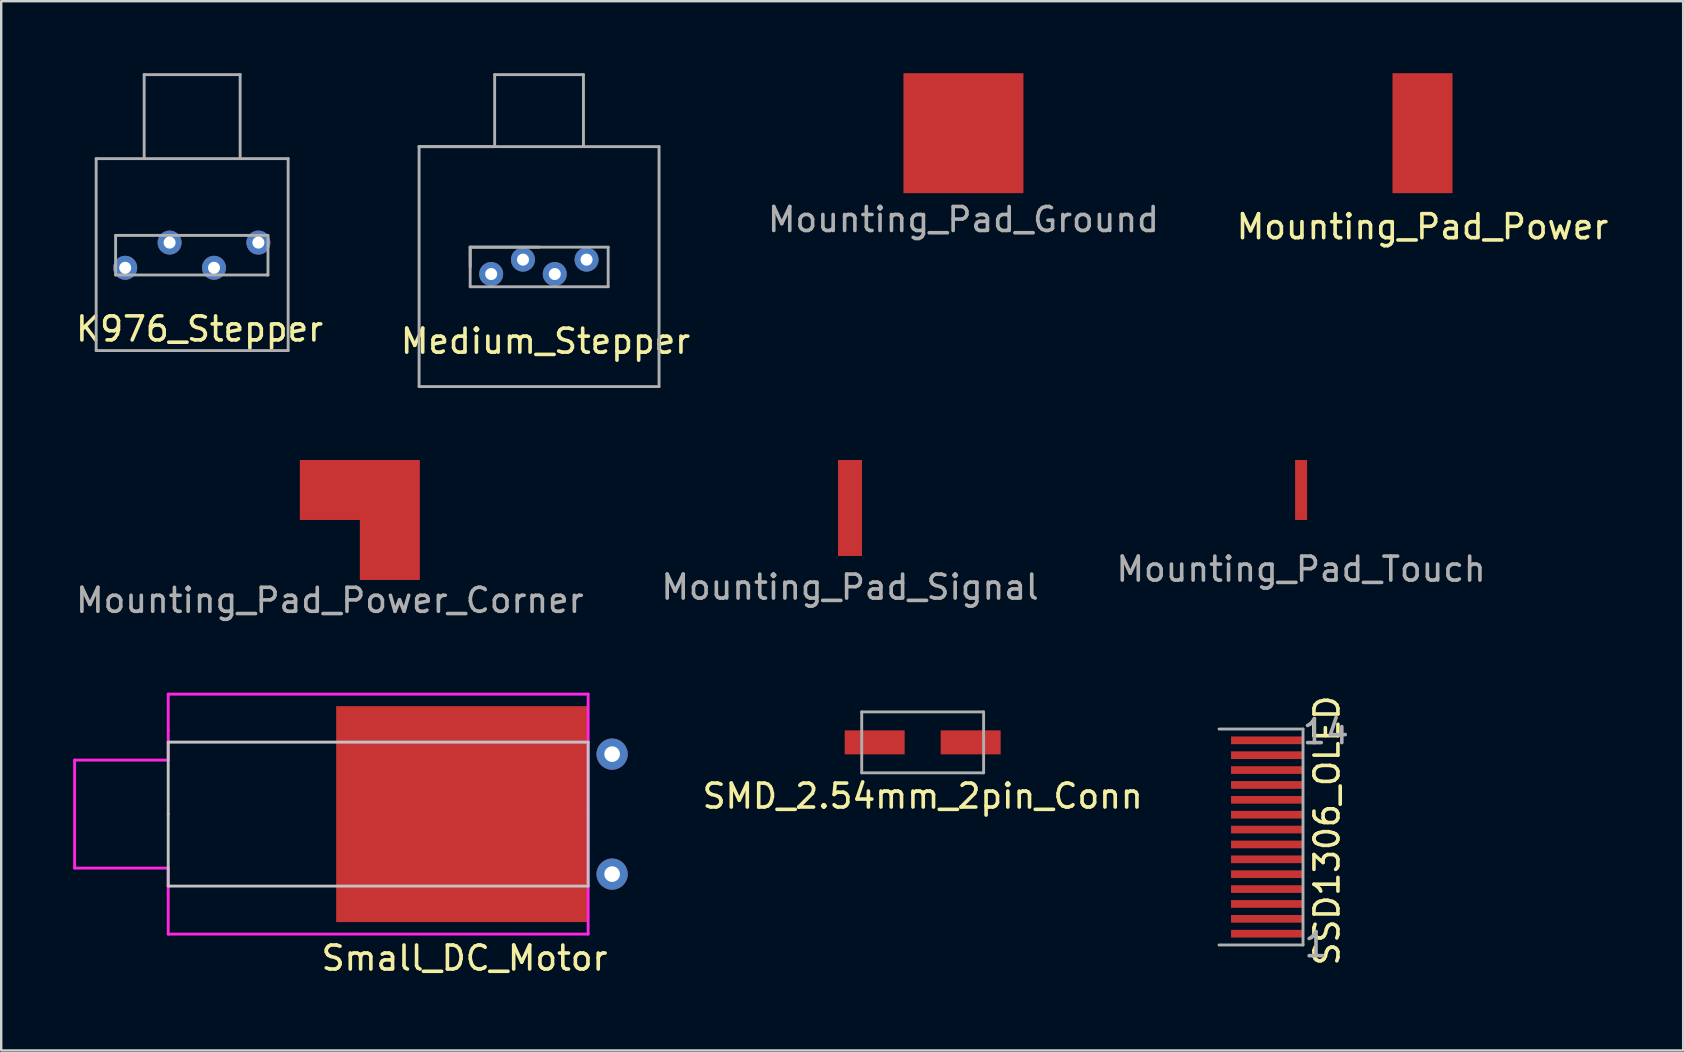
<source format=kicad_pcb>
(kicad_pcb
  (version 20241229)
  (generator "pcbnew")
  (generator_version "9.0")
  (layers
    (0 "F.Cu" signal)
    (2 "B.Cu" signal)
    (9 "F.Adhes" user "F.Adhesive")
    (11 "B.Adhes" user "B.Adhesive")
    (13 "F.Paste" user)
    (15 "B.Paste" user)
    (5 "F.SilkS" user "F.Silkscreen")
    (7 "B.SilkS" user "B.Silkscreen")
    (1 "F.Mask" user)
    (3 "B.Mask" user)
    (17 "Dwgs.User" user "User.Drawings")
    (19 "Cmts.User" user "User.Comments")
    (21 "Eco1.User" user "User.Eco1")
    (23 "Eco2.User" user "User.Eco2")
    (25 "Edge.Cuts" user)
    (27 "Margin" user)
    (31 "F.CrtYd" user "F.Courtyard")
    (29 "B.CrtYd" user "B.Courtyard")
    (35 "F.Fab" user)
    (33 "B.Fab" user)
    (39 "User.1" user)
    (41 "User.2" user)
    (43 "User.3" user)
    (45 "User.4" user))
  (footprint "SMD_2.54mm_2pin_Conn"
    (layer "F.Cu")
    (at 35.402 26.068)
    (property "Reference" "SMD_2.54mm_2pin_Conn" (at 0 4.06 0) (layer "F.SilkS") (effects (font (size 1 1) (thickness 0.15))))
    (attr through_hole)
    (fp_line (start -2.54 0.55) (end 2.54 0.55) (stroke (width 0.12) (type solid)) (layer "F.Fab"))
    (fp_line (start -2.54 3.09) (end -2.54 0.55) (stroke (width 0.12) (type solid)) (layer "F.Fab"))
    (fp_line (start 2.54 0.55) (end 2.54 3.09) (stroke (width 0.12) (type solid)) (layer "F.Fab"))
    (fp_line (start 2.54 3.09) (end -2.54 3.09) (stroke (width 0.12) (type solid)) (layer "F.Fab"))
    (pad "1" smd rect (at -2 1.82) (size 2.5 1) (layers "F.Cu" "F.Mask" "F.Paste"))
    (pad "2" smd rect (at 2 1.82) (size 2.5 1) (layers "F.Cu" "F.Mask" "F.Paste")))
  (footprint "Mounting_Pad_Power"
    (layer "F.Cu")
    (at 56.232 2.5)
    (property "Reference" "Mounting_Pad_Power" (at 0 3.9 0) (layer "F.SilkS") (effects (font (size 1 1) (thickness 0.15))))
    (attr through_hole)
    (pad "1" smd rect (at 0 0) (size 2.5 5) (layers "F.Cu" "F.Mask" "F.Paste")))
  (footprint "Mounting_Pad_Power_Corner"
    (layer "F.Cu")
    (at 10.696 17.37)
    (property "Reference" "Mounting_Pad_Power_Corner" (at 0 4.6 0) (layer "F.Fab") (effects (font (size 1 1) (thickness 0.15))))
    (attr through_hole)
    (pad "1" smd custom (at 0 0) (size 2.5 2.5) (layers "F.Cu" "F.Mask" "F.Paste") (options (anchor rect)) (primitives (gr_poly (pts (xy 1.25 -1.25) (xy 3.75 -1.25) (xy 3.75 3.75) (xy 1.25 3.75) (xy 1.25 1.25) (xy -1.25 1.25) (xy -1.25 -1.25) (xy 1.244 -1.25)) (width 0) (fill yes)))))
  (footprint "Mounting_Pad_Touch"
    (layer "F.Cu")
    (at 51.173 17.37)
    (property "Reference" "Mounting_Pad_Touch" (at 0 3.3 0) (layer "F.Fab") (effects (font (size 1 1) (thickness 0.15))))
    (attr through_hole)
    (pad "1" smd rect (at 0 0) (size 0.5 2.5) (layers "F.Cu" "F.Mask" "F.Paste")))
  (footprint "Medium_Stepper"
    (layer "F.Cu")
    (at 19.415 8.06)
    (property "Reference" "Medium_Stepper" (at 0.27 3.11 0) (layer "F.SilkS") (effects (font (size 1 1) (thickness 0.15))))
    (attr through_hole)
    (fp_line (start -5 -5) (end -1.85 -5) (stroke (width 0.12) (type solid)) (layer "F.Fab"))
    (fp_line (start -5 -5) (end 5 -5) (stroke (width 0.12) (type solid)) (layer "F.Fab"))
    (fp_line (start -5 5) (end -5 -5) (stroke (width 0.12) (type solid)) (layer "F.Fab"))
    (fp_line (start -2.87 -0.81) (end -2.87 0.01) (stroke (width 0.12) (type solid)) (layer "F.Fab"))
    (fp_line (start -2.87 -0.81) (end 0 -0.81) (stroke (width 0.12) (type solid)) (layer "F.Fab"))
    (fp_line (start -2.87 -0.81) (end 2.88 -0.81) (stroke (width 0.12) (type solid)) (layer "F.Fab"))
    (fp_line (start -2.87 0.84) (end -2.87 -0.81) (stroke (width 0.12) (type solid)) (layer "F.Fab"))
    (fp_line (start -1.85 -8) (end 1.85 -8) (stroke (width 0.12) (type solid)) (layer "F.Fab"))
    (fp_line (start -1.85 -5) (end -1.85 -8) (stroke (width 0.12) (type solid)) (layer "F.Fab"))
    (fp_line (start 1.85 -8) (end 1.85 -5) (stroke (width 0.12) (type solid)) (layer "F.Fab"))
    (fp_line (start 2.88 0.84) (end -2.87 0.84) (stroke (width 0.12) (type solid)) (layer "F.Fab"))
    (fp_line (start 2.88 0.84) (end 2.88 -0.81) (stroke (width 0.12) (type solid)) (layer "F.Fab"))
    (fp_line (start 5 -5) (end 5 5) (stroke (width 0.12) (type solid)) (layer "F.Fab"))
    (fp_line (start 5 5) (end -5 5) (stroke (width 0.12) (type solid)) (layer "F.Fab"))
    (pad "1" thru_hole circle (at -0.67 -0.29) (size 1 1) (drill 0.5) (layers "*.Cu" "*.Mask"))
    (pad "2" thru_hole circle (at 1.98 -0.29) (size 1 1) (drill 0.5) (layers "*.Cu" "*.Mask"))
    (pad "3" thru_hole circle (at -1.995 0.31) (size 1 1) (drill 0.5) (layers "*.Cu" "*.Mask"))
    (pad "4" thru_hole circle (at 0.655 0.31) (size 1 1) (drill 0.5) (layers "*.Cu" "*.Mask")))
  (footprint "SSD1306_OLED"
    (layer "F.Cu")
    (at 49.753 35.862)
    (property "Reference" "SSD1306_OLED" (at 2.5 -4.3 90) (layer "F.SilkS") (effects (font (size 1 1) (thickness 0.15))))
    (attr through_hole)
    (fp_line (start 1.5 -8.53) (end -2 -8.53) (stroke (width 0.12) (type solid)) (layer "F.Fab"))
    (fp_line (start 1.5 -8.53) (end 1.5 0.47) (stroke (width 0.12) (type solid)) (layer "F.Fab"))
    (fp_line (start 1.5 0.47) (end -2 0.47) (stroke (width 0.12) (type solid)) (layer "F.Fab"))
    (fp_text user "1" (at 2.04 0.46 0) (layer "F.Fab") (effects (font (size 1 1) (thickness 0.15))))
    (fp_text user "14" (at 2.45 -8.42 0) (layer "F.Fab") (effects (font (size 1 1) (thickness 0.15))))
    (pad "1" smd rect (at 0 0) (size 3 0.32) (layers "F.Cu" "F.Mask" "F.Paste"))
    (pad "2" smd rect (at 0 -0.62) (size 3 0.32) (layers "F.Cu" "F.Mask" "F.Paste"))
    (pad "3" smd rect (at 0 -1.24) (size 3 0.32) (layers "F.Cu" "F.Mask" "F.Paste"))
    (pad "4" smd rect (at 0 -1.86) (size 3 0.32) (layers "F.Cu" "F.Mask" "F.Paste"))
    (pad "5" smd rect (at 0 -2.48) (size 3 0.32) (layers "F.Cu" "F.Mask" "F.Paste"))
    (pad "6" smd rect (at 0 -3.1) (size 3 0.32) (layers "F.Cu" "F.Mask" "F.Paste"))
    (pad "7" smd rect (at 0 -3.72) (size 3 0.32) (layers "F.Cu" "F.Mask" "F.Paste"))
    (pad "8" smd rect (at 0 -4.34) (size 3 0.32) (layers "F.Cu" "F.Mask" "F.Paste"))
    (pad "9" smd rect (at 0 -4.96) (size 3 0.32) (layers "F.Cu" "F.Mask" "F.Paste"))
    (pad "10" smd rect (at 0 -5.58) (size 3 0.32) (layers "F.Cu" "F.Mask" "F.Paste"))
    (pad "11" smd rect (at 0 -6.2) (size 3 0.32) (layers "F.Cu" "F.Mask" "F.Paste"))
    (pad "12" smd rect (at 0 -6.82) (size 3 0.32) (layers "F.Cu" "F.Mask" "F.Paste"))
    (pad "13" smd rect (at 0 -7.44) (size 3 0.32) (layers "F.Cu" "F.Mask" "F.Paste"))
    (pad "14" smd rect (at 0 -8.06) (size 3 0.32) (layers "F.Cu" "F.Mask" "F.Paste")))
  (footprint "Mounting_Pad_Ground"
    (layer "F.Cu")
    (at 37.101 2.5)
    (property "Reference" "Mounting_Pad_Ground" (at 0 3.6 0) (layer "F.Fab") (effects (font (size 1 1) (thickness 0.15))))
    (attr through_hole)
    (pad "1" smd rect (at 0 0) (size 5 5) (layers "F.Cu" "F.Mask" "F.Paste")))
  (footprint "Small_DC_Motor"
    (layer "F.Cu")
    (at 16.21 30.878)
    (property "Reference" "Small_DC_Motor" (at 0.1 6 0) (layer "F.SilkS") (effects (font (size 1 1) (thickness 0.15))))
    (attr through_hole)
    (fp_line (start -12.25 -3) (end 5.25 -3) (stroke (width 0.12) (type solid)) (layer "Dwgs.User"))
    (fp_line (start -12.25 0) (end -12.25 -3) (stroke (width 0.12) (type solid)) (layer "Dwgs.User"))
    (fp_line (start -12.25 3) (end -12.25 0) (stroke (width 0.12) (type solid)) (layer "Dwgs.User"))
    (fp_line (start 5.25 -3) (end 5.25 3) (stroke (width 0.12) (type solid)) (layer "Dwgs.User"))
    (fp_line (start 5.25 3) (end -12.25 3) (stroke (width 0.12) (type solid)) (layer "Dwgs.User"))
    (fp_line (start -12.25 -3.5) (end -12.25 3.5) (stroke (width 0.12) (type solid)) (layer "Eco2.User"))
    (fp_line (start -12.25 3.5) (end -5.25 3.5) (stroke (width 0.12) (type solid)) (layer "Eco2.User"))
    (fp_line (start -5.25 -3.5) (end -12.25 -3.5) (stroke (width 0.12) (type solid)) (layer "Eco2.User"))
    (fp_line (start -5.25 0) (end -5.25 -3.5) (stroke (width 0.12) (type solid)) (layer "Eco2.User"))
    (fp_line (start -5.25 3.5) (end -5.25 0) (stroke (width 0.12) (type solid)) (layer "Eco2.User"))
    (fp_line (start -16.15 -2.25) (end -12.25 -2.25) (stroke (width 0.12) (type solid)) (layer "F.CrtYd"))
    (fp_line (start -16.15 2.25) (end -16.15 -2.25) (stroke (width 0.12) (type solid)) (layer "F.CrtYd"))
    (fp_line (start -12.25 -5) (end 5.25 -5) (stroke (width 0.12) (type solid)) (layer "F.CrtYd"))
    (fp_line (start -12.25 -3.5) (end -12.25 -5) (stroke (width 0.12) (type solid)) (layer "F.CrtYd"))
    (fp_line (start -12.25 -2.25) (end -12.25 -3.5) (stroke (width 0.12) (type solid)) (layer "F.CrtYd"))
    (fp_line (start -12.25 2.25) (end -16.15 2.25) (stroke (width 0.12) (type solid)) (layer "F.CrtYd"))
    (fp_line (start -12.25 5) (end -12.25 2.25) (stroke (width 0.12) (type solid)) (layer "F.CrtYd"))
    (fp_line (start 5.25 -5) (end 5.25 0) (stroke (width 0.12) (type solid)) (layer "F.CrtYd"))
    (fp_line (start 5.25 0) (end 5.25 5) (stroke (width 0.12) (type solid)) (layer "F.CrtYd"))
    (fp_line (start 5.25 5) (end -12.25 5) (stroke (width 0.12) (type solid)) (layer "F.CrtYd"))
    (pad "1" smd rect (at 0 0) (size 10.5 9) (layers "F.Cu" "F.Mask" "F.Paste"))
    (pad "2" thru_hole circle (at 6.25 -2.5) (size 1.3 1.3) (drill 0.65) (layers "*.Cu" "*.Mask"))
    (pad "3" thru_hole circle (at 6.25 2.5) (size 1.3 1.3) (drill 0.65) (layers "*.Cu" "*.Mask")))
  (footprint "K976_Stepper"
    (layer "F.Cu")
    (at 4.998 7.55)
    (property "Reference" "K976_Stepper" (at 0.27 3.11 0) (layer "F.SilkS") (effects (font (size 1 1) (thickness 0.15))))
    (attr through_hole)
    (fp_line (start -4.04 -3.99) (end -4.04 4.01) (stroke (width 0.12) (type solid)) (layer "F.Fab"))
    (fp_line (start -4.04 4.01) (end 3.96 4.01) (stroke (width 0.12) (type solid)) (layer "F.Fab"))
    (fp_line (start -3.23 -0.79) (end -3.23 0.86) (stroke (width 0.12) (type solid)) (layer "F.Fab"))
    (fp_line (start -3.23 0.86) (end 3.07 0.86) (stroke (width 0.12) (type solid)) (layer "F.Fab"))
    (fp_line (start -2.04 -7.49) (end 1.96 -7.49) (stroke (width 0.12) (type solid)) (layer "F.Fab"))
    (fp_line (start -2.04 -3.99) (end -2.04 -7.49) (stroke (width 0.12) (type solid)) (layer "F.Fab"))
    (fp_line (start 1.96 -7.49) (end 1.96 -3.99) (stroke (width 0.12) (type solid)) (layer "F.Fab"))
    (fp_line (start 3.07 0.86) (end 3.12 0.86) (stroke (width 0.12) (type solid)) (layer "F.Fab"))
    (fp_line (start 3.12 -0.79) (end -3.23 -0.79) (stroke (width 0.12) (type solid)) (layer "F.Fab"))
    (fp_line (start 3.12 0.86) (end 3.12 -0.79) (stroke (width 0.12) (type solid)) (layer "F.Fab"))
    (fp_line (start 3.96 -3.99) (end -4.04 -3.99) (stroke (width 0.12) (type solid)) (layer "F.Fab"))
    (fp_line (start 3.96 4.01) (end 3.96 -3.99) (stroke (width 0.12) (type solid)) (layer "F.Fab"))
    (pad "1" thru_hole circle (at -0.98 -0.49) (size 1 1) (drill 0.5) (layers "*.Cu" "*.Mask"))
    (pad "2" thru_hole circle (at 2.72 -0.49) (size 1 1) (drill 0.5) (layers "*.Cu" "*.Mask"))
    (pad "3" thru_hole circle (at -2.83 0.56) (size 1 1) (drill 0.5) (layers "*.Cu" "*.Mask"))
    (pad "4" thru_hole circle (at 0.87 0.56) (size 1 1) (drill 0.5) (layers "*.Cu" "*.Mask")))
  (footprint "Mounting_Pad_Signal"
    (layer "F.Cu")
    (at 32.375 18.12)
    (property "Reference" "Mounting_Pad_Signal" (at 0 3.3 0) (layer "F.Fab") (effects (font (size 1 1) (thickness 0.15))))
    (attr through_hole)
    (pad "1" smd rect (at 0 0) (size 1 4) (layers "F.Cu" "F.Mask" "F.Paste")))
  (gr_rect
    (start -3 -3)
    (end 67.095 40.727)
    (stroke (width 0.1) (type default))
    (fill no)
    (layer "Edge.Cuts")))
</source>
